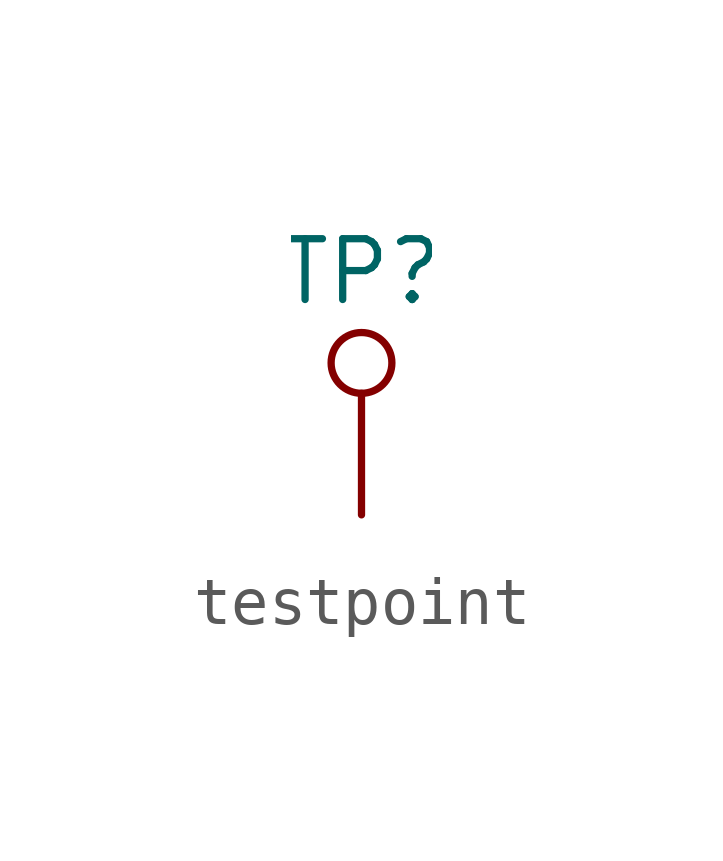
<source format=kicad_sym>
(kicad_symbol_lib
  (version 20231120)
  (generator "kicad_symbol_editor")
  (generator_version "8.0")
  (symbol "testpoint"
    (pin_numbers hide)
    (pin_names hide)
    (property "Reference" "TP"
      (at 0 5.08 0)
      (effects (font (size 1.27 1.27))))
    (property "Value" ""
      (at 0 0 0)
      (effects (font (size 1.27 1.27))))
    (symbol "testpoint_0_1"
      (circle (center 0 3.175) (radius 0.635) (stroke (width 0) (type default)) (fill (type none))))
    (symbol "testpoint_1_1"
      (pin unspecified line (at 0 0 90) (length 2.54) (name "1" (effects (font (size 1.27 1.27)))) (number "1" (effects (font (size 1.27 1.27))))))))
</source>
